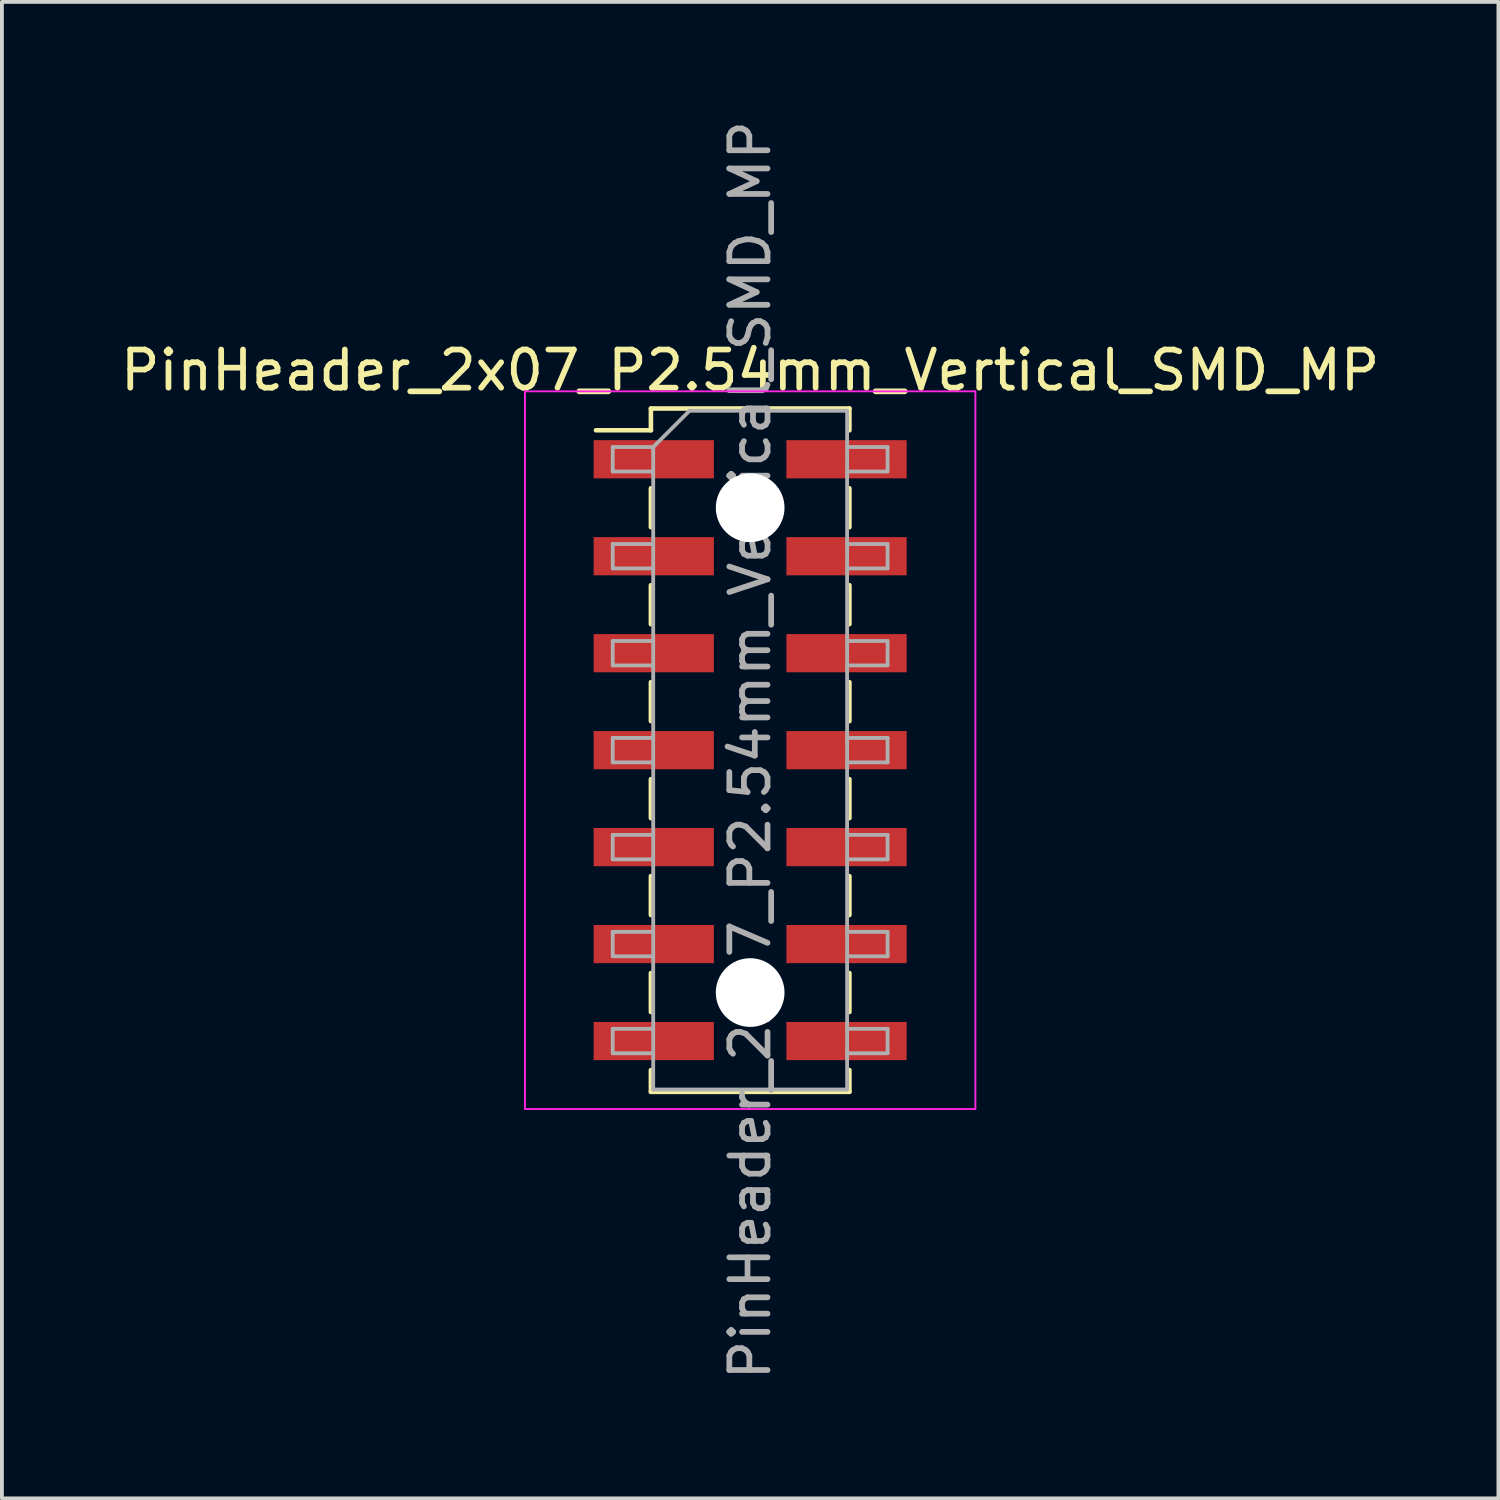
<source format=kicad_pcb>
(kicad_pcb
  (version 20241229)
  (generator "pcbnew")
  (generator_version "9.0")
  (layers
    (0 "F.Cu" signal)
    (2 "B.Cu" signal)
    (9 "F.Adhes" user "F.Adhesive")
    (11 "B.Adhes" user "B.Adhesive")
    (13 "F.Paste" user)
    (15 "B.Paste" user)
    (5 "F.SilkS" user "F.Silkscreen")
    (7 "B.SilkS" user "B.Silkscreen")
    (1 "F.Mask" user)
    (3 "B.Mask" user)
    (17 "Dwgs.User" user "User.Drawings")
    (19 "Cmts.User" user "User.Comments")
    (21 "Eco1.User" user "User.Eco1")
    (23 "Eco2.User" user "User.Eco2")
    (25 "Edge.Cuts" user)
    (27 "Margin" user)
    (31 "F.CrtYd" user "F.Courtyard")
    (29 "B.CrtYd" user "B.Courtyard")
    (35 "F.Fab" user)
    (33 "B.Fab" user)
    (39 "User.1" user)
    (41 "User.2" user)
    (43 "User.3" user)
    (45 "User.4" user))
  (footprint "PinHeader_2x07_P2.54mm_Vertical_SMD_MP"
    (layer "F.Cu")
    (at 16.601 16.601)
    (property "Reference" "PinHeader_2x07_P2.54mm_Vertical_SMD_MP" (at 0 -9.95 0) (layer "F.SilkS") (effects (font (size 1 1) (thickness 0.15))))
    (attr smd)
    (fp_line (start -4.04 -8.38) (end -2.6 -8.38) (stroke (width 0.12) (type solid)) (layer "F.SilkS"))
    (fp_line (start -2.6 -8.95) (end -2.6 -8.38) (stroke (width 0.12) (type solid)) (layer "F.SilkS"))
    (fp_line (start -2.6 -8.95) (end 2.6 -8.95) (stroke (width 0.12) (type solid)) (layer "F.SilkS"))
    (fp_line (start -2.6 -6.86) (end -2.6 -5.84) (stroke (width 0.12) (type solid)) (layer "F.SilkS"))
    (fp_line (start -2.6 -4.32) (end -2.6 -3.3) (stroke (width 0.12) (type solid)) (layer "F.SilkS"))
    (fp_line (start -2.6 -1.78) (end -2.6 -0.76) (stroke (width 0.12) (type solid)) (layer "F.SilkS"))
    (fp_line (start -2.6 0.76) (end -2.6 1.78) (stroke (width 0.12) (type solid)) (layer "F.SilkS"))
    (fp_line (start -2.6 3.3) (end -2.6 4.32) (stroke (width 0.12) (type solid)) (layer "F.SilkS"))
    (fp_line (start -2.6 5.84) (end -2.6 6.86) (stroke (width 0.12) (type solid)) (layer "F.SilkS"))
    (fp_line (start -2.6 8.38) (end -2.6 8.95) (stroke (width 0.12) (type solid)) (layer "F.SilkS"))
    (fp_line (start -2.6 8.95) (end 2.6 8.95) (stroke (width 0.12) (type solid)) (layer "F.SilkS"))
    (fp_line (start 2.6 -8.95) (end 2.6 -8.38) (stroke (width 0.12) (type solid)) (layer "F.SilkS"))
    (fp_line (start 2.6 -6.86) (end 2.6 -5.84) (stroke (width 0.12) (type solid)) (layer "F.SilkS"))
    (fp_line (start 2.6 -4.32) (end 2.6 -3.3) (stroke (width 0.12) (type solid)) (layer "F.SilkS"))
    (fp_line (start 2.6 -1.78) (end 2.6 -0.76) (stroke (width 0.12) (type solid)) (layer "F.SilkS"))
    (fp_line (start 2.6 0.76) (end 2.6 1.78) (stroke (width 0.12) (type solid)) (layer "F.SilkS"))
    (fp_line (start 2.6 3.3) (end 2.6 4.32) (stroke (width 0.12) (type solid)) (layer "F.SilkS"))
    (fp_line (start 2.6 5.84) (end 2.6 6.86) (stroke (width 0.12) (type solid)) (layer "F.SilkS"))
    (fp_line (start 2.6 8.38) (end 2.6 8.95) (stroke (width 0.12) (type solid)) (layer "F.SilkS"))
    (fp_line (start -5.9 -9.4) (end -5.9 9.4) (stroke (width 0.05) (type solid)) (layer "F.CrtYd"))
    (fp_line (start -5.9 9.4) (end 5.9 9.4) (stroke (width 0.05) (type solid)) (layer "F.CrtYd"))
    (fp_line (start 5.9 -9.4) (end -5.9 -9.4) (stroke (width 0.05) (type solid)) (layer "F.CrtYd"))
    (fp_line (start 5.9 9.4) (end 5.9 -9.4) (stroke (width 0.05) (type solid)) (layer "F.CrtYd"))
    (fp_line (start -3.6 -7.94) (end -3.6 -7.3) (stroke (width 0.1) (type solid)) (layer "F.Fab"))
    (fp_line (start -3.6 -7.3) (end -2.54 -7.3) (stroke (width 0.1) (type solid)) (layer "F.Fab"))
    (fp_line (start -3.6 -5.4) (end -3.6 -4.76) (stroke (width 0.1) (type solid)) (layer "F.Fab"))
    (fp_line (start -3.6 -4.76) (end -2.54 -4.76) (stroke (width 0.1) (type solid)) (layer "F.Fab"))
    (fp_line (start -3.6 -2.86) (end -3.6 -2.22) (stroke (width 0.1) (type solid)) (layer "F.Fab"))
    (fp_line (start -3.6 -2.22) (end -2.54 -2.22) (stroke (width 0.1) (type solid)) (layer "F.Fab"))
    (fp_line (start -3.6 -0.32) (end -3.6 0.32) (stroke (width 0.1) (type solid)) (layer "F.Fab"))
    (fp_line (start -3.6 0.32) (end -2.54 0.32) (stroke (width 0.1) (type solid)) (layer "F.Fab"))
    (fp_line (start -3.6 2.22) (end -3.6 2.86) (stroke (width 0.1) (type solid)) (layer "F.Fab"))
    (fp_line (start -3.6 2.86) (end -2.54 2.86) (stroke (width 0.1) (type solid)) (layer "F.Fab"))
    (fp_line (start -3.6 4.76) (end -3.6 5.4) (stroke (width 0.1) (type solid)) (layer "F.Fab"))
    (fp_line (start -3.6 5.4) (end -2.54 5.4) (stroke (width 0.1) (type solid)) (layer "F.Fab"))
    (fp_line (start -3.6 7.3) (end -3.6 7.94) (stroke (width 0.1) (type solid)) (layer "F.Fab"))
    (fp_line (start -3.6 7.94) (end -2.54 7.94) (stroke (width 0.1) (type solid)) (layer "F.Fab"))
    (fp_line (start -2.54 -7.94) (end -3.6 -7.94) (stroke (width 0.1) (type solid)) (layer "F.Fab"))
    (fp_line (start -2.54 -7.94) (end -1.59 -8.89) (stroke (width 0.1) (type solid)) (layer "F.Fab"))
    (fp_line (start -2.54 -5.4) (end -3.6 -5.4) (stroke (width 0.1) (type solid)) (layer "F.Fab"))
    (fp_line (start -2.54 -2.86) (end -3.6 -2.86) (stroke (width 0.1) (type solid)) (layer "F.Fab"))
    (fp_line (start -2.54 -0.32) (end -3.6 -0.32) (stroke (width 0.1) (type solid)) (layer "F.Fab"))
    (fp_line (start -2.54 2.22) (end -3.6 2.22) (stroke (width 0.1) (type solid)) (layer "F.Fab"))
    (fp_line (start -2.54 4.76) (end -3.6 4.76) (stroke (width 0.1) (type solid)) (layer "F.Fab"))
    (fp_line (start -2.54 7.3) (end -3.6 7.3) (stroke (width 0.1) (type solid)) (layer "F.Fab"))
    (fp_line (start -2.54 8.89) (end -2.54 -7.94) (stroke (width 0.1) (type solid)) (layer "F.Fab"))
    (fp_line (start -1.59 -8.89) (end 2.54 -8.89) (stroke (width 0.1) (type solid)) (layer "F.Fab"))
    (fp_line (start 2.54 -8.89) (end 2.54 8.89) (stroke (width 0.1) (type solid)) (layer "F.Fab"))
    (fp_line (start 2.54 -7.94) (end 3.6 -7.94) (stroke (width 0.1) (type solid)) (layer "F.Fab"))
    (fp_line (start 2.54 -5.4) (end 3.6 -5.4) (stroke (width 0.1) (type solid)) (layer "F.Fab"))
    (fp_line (start 2.54 -2.86) (end 3.6 -2.86) (stroke (width 0.1) (type solid)) (layer "F.Fab"))
    (fp_line (start 2.54 -0.32) (end 3.6 -0.32) (stroke (width 0.1) (type solid)) (layer "F.Fab"))
    (fp_line (start 2.54 2.22) (end 3.6 2.22) (stroke (width 0.1) (type solid)) (layer "F.Fab"))
    (fp_line (start 2.54 4.76) (end 3.6 4.76) (stroke (width 0.1) (type solid)) (layer "F.Fab"))
    (fp_line (start 2.54 7.3) (end 3.6 7.3) (stroke (width 0.1) (type solid)) (layer "F.Fab"))
    (fp_line (start 2.54 8.89) (end -2.54 8.89) (stroke (width 0.1) (type solid)) (layer "F.Fab"))
    (fp_line (start 3.6 -7.94) (end 3.6 -7.3) (stroke (width 0.1) (type solid)) (layer "F.Fab"))
    (fp_line (start 3.6 -7.3) (end 2.54 -7.3) (stroke (width 0.1) (type solid)) (layer "F.Fab"))
    (fp_line (start 3.6 -5.4) (end 3.6 -4.76) (stroke (width 0.1) (type solid)) (layer "F.Fab"))
    (fp_line (start 3.6 -4.76) (end 2.54 -4.76) (stroke (width 0.1) (type solid)) (layer "F.Fab"))
    (fp_line (start 3.6 -2.86) (end 3.6 -2.22) (stroke (width 0.1) (type solid)) (layer "F.Fab"))
    (fp_line (start 3.6 -2.22) (end 2.54 -2.22) (stroke (width 0.1) (type solid)) (layer "F.Fab"))
    (fp_line (start 3.6 -0.32) (end 3.6 0.32) (stroke (width 0.1) (type solid)) (layer "F.Fab"))
    (fp_line (start 3.6 0.32) (end 2.54 0.32) (stroke (width 0.1) (type solid)) (layer "F.Fab"))
    (fp_line (start 3.6 2.22) (end 3.6 2.86) (stroke (width 0.1) (type solid)) (layer "F.Fab"))
    (fp_line (start 3.6 2.86) (end 2.54 2.86) (stroke (width 0.1) (type solid)) (layer "F.Fab"))
    (fp_line (start 3.6 4.76) (end 3.6 5.4) (stroke (width 0.1) (type solid)) (layer "F.Fab"))
    (fp_line (start 3.6 5.4) (end 2.54 5.4) (stroke (width 0.1) (type solid)) (layer "F.Fab"))
    (fp_line (start 3.6 7.3) (end 3.6 7.94) (stroke (width 0.1) (type solid)) (layer "F.Fab"))
    (fp_line (start 3.6 7.94) (end 2.54 7.94) (stroke (width 0.1) (type solid)) (layer "F.Fab"))
    (fp_text user "${REFERENCE}" (at 0 0 90) (layer "F.Fab") (effects (font (size 1 1) (thickness 0.15))))
    (pad "" np_thru_hole circle (at 0 -6.35) (size 1.8 1.8) (drill 1.8) (layers "*.Cu" "*.Mask"))
    (pad "" np_thru_hole circle (at 0 6.35) (size 1.8 1.8) (drill 1.8) (layers "*.Cu" "*.Mask"))
    (pad "1" smd rect (at -2.525 -7.62) (size 3.15 1) (layers "F.Cu" "F.Mask" "F.Paste"))
    (pad "2" smd rect (at 2.525 -7.62) (size 3.15 1) (layers "F.Cu" "F.Mask" "F.Paste"))
    (pad "3" smd rect (at -2.525 -5.08) (size 3.15 1) (layers "F.Cu" "F.Mask" "F.Paste"))
    (pad "4" smd rect (at 2.525 -5.08) (size 3.15 1) (layers "F.Cu" "F.Mask" "F.Paste"))
    (pad "5" smd rect (at -2.525 -2.54) (size 3.15 1) (layers "F.Cu" "F.Mask" "F.Paste"))
    (pad "6" smd rect (at 2.525 -2.54) (size 3.15 1) (layers "F.Cu" "F.Mask" "F.Paste"))
    (pad "7" smd rect (at -2.525 0) (size 3.15 1) (layers "F.Cu" "F.Mask" "F.Paste"))
    (pad "8" smd rect (at 2.525 0) (size 3.15 1) (layers "F.Cu" "F.Mask" "F.Paste"))
    (pad "9" smd rect (at -2.525 2.54) (size 3.15 1) (layers "F.Cu" "F.Mask" "F.Paste"))
    (pad "10" smd rect (at 2.525 2.54) (size 3.15 1) (layers "F.Cu" "F.Mask" "F.Paste"))
    (pad "11" smd rect (at -2.525 5.08) (size 3.15 1) (layers "F.Cu" "F.Mask" "F.Paste"))
    (pad "12" smd rect (at 2.525 5.08) (size 3.15 1) (layers "F.Cu" "F.Mask" "F.Paste"))
    (pad "13" smd rect (at -2.525 7.62) (size 3.15 1) (layers "F.Cu" "F.Mask" "F.Paste"))
    (pad "14" smd rect (at 2.525 7.62) (size 3.15 1) (layers "F.Cu" "F.Mask" "F.Paste")))
  (gr_rect
    (start -3 -3)
    (end 36.202 36.202)
    (stroke (width 0.1) (type default))
    (fill no)
    (layer "Edge.Cuts")))
</source>
